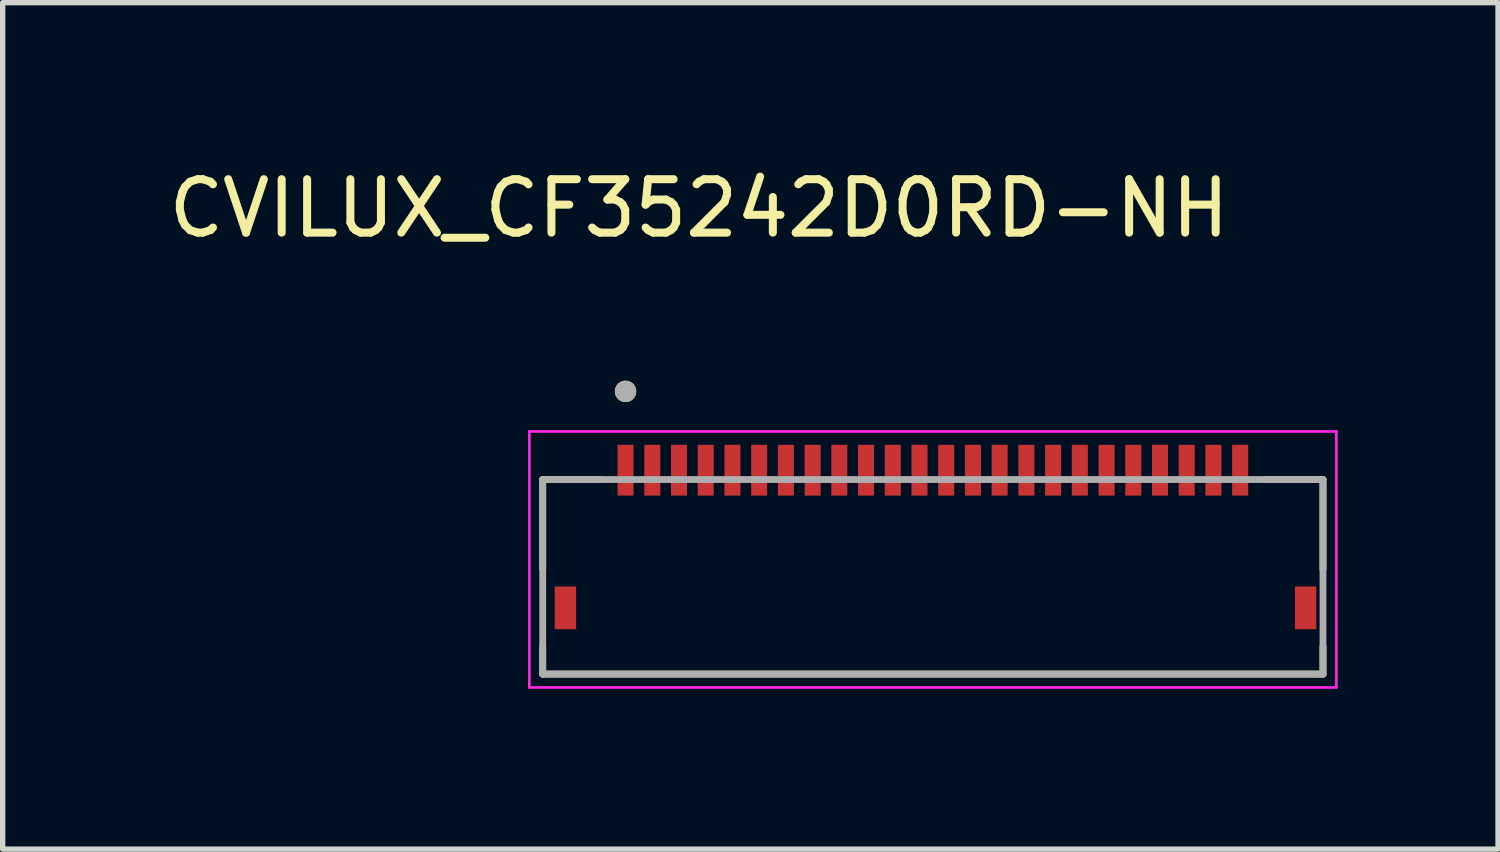
<source format=kicad_pcb>
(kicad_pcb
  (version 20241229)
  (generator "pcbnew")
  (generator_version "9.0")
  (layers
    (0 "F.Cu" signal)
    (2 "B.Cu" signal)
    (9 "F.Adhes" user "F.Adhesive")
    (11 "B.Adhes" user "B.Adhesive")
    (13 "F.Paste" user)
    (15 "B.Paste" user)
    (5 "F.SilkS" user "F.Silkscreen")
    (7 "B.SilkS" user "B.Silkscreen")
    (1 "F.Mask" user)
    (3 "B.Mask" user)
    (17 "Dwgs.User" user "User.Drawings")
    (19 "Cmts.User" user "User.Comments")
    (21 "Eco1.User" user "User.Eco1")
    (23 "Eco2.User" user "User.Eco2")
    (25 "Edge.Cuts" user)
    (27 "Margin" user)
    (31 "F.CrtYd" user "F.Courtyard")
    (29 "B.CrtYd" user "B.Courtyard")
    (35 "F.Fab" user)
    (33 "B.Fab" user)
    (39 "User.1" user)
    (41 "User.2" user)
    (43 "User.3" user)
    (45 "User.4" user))
  (footprint "CVILUX_CF35242D0RD-NH"
    (layer "F.Cu")
    (at 14.405 8.323)
    (property "Reference" "CVILUX_CF35242D0RD-NH" (at -4.375 -7.475 0) (layer "F.SilkS") (effects (font (size 1 1) (thickness 0.15))))
    (attr smd)
    (fp_poly (pts (xy -5.95 -3.1) (xy -5.55 -3.1) (xy -5.55 -2.05) (xy -5.95 -2.05)) (stroke (width 0.01) (type solid)) (fill yes) (layer "F.Mask"))
    (fp_poly (pts (xy -5.45 -3.1) (xy -5.05 -3.1) (xy -5.05 -2.05) (xy -5.45 -2.05)) (stroke (width 0.01) (type solid)) (fill yes) (layer "F.Mask"))
    (fp_poly (pts (xy -4.95 -3.1) (xy -4.55 -3.1) (xy -4.55 -2.05) (xy -4.95 -2.05)) (stroke (width 0.01) (type solid)) (fill yes) (layer "F.Mask"))
    (fp_poly (pts (xy -4.45 -3.1) (xy -4.05 -3.1) (xy -4.05 -2.05) (xy -4.45 -2.05)) (stroke (width 0.01) (type solid)) (fill yes) (layer "F.Mask"))
    (fp_poly (pts (xy -3.95 -3.1) (xy -3.55 -3.1) (xy -3.55 -2.05) (xy -3.95 -2.05)) (stroke (width 0.01) (type solid)) (fill yes) (layer "F.Mask"))
    (fp_poly (pts (xy -3.45 -3.1) (xy -3.05 -3.1) (xy -3.05 -2.05) (xy -3.45 -2.05)) (stroke (width 0.01) (type solid)) (fill yes) (layer "F.Mask"))
    (fp_poly (pts (xy -2.95 -3.1) (xy -2.55 -3.1) (xy -2.55 -2.05) (xy -2.95 -2.05)) (stroke (width 0.01) (type solid)) (fill yes) (layer "F.Mask"))
    (fp_poly (pts (xy -2.45 -3.1) (xy -2.05 -3.1) (xy -2.05 -2.05) (xy -2.45 -2.05)) (stroke (width 0.01) (type solid)) (fill yes) (layer "F.Mask"))
    (fp_poly (pts (xy -1.95 -3.1) (xy -1.55 -3.1) (xy -1.55 -2.05) (xy -1.95 -2.05)) (stroke (width 0.01) (type solid)) (fill yes) (layer "F.Mask"))
    (fp_poly (pts (xy -1.45 -3.1) (xy -1.05 -3.1) (xy -1.05 -2.05) (xy -1.45 -2.05)) (stroke (width 0.01) (type solid)) (fill yes) (layer "F.Mask"))
    (fp_poly (pts (xy -0.95 -3.1) (xy -0.55 -3.1) (xy -0.55 -2.05) (xy -0.95 -2.05)) (stroke (width 0.01) (type solid)) (fill yes) (layer "F.Mask"))
    (fp_poly (pts (xy -0.45 -3.1) (xy -0.05 -3.1) (xy -0.05 -2.05) (xy -0.45 -2.05)) (stroke (width 0.01) (type solid)) (fill yes) (layer "F.Mask"))
    (fp_poly (pts (xy 0.05 -3.1) (xy 0.45 -3.1) (xy 0.45 -2.05) (xy 0.05 -2.05)) (stroke (width 0.01) (type solid)) (fill yes) (layer "F.Mask"))
    (fp_poly (pts (xy 0.55 -3.1) (xy 0.95 -3.1) (xy 0.95 -2.05) (xy 0.55 -2.05)) (stroke (width 0.01) (type solid)) (fill yes) (layer "F.Mask"))
    (fp_poly (pts (xy 1.05 -3.1) (xy 1.45 -3.1) (xy 1.45 -2.05) (xy 1.05 -2.05)) (stroke (width 0.01) (type solid)) (fill yes) (layer "F.Mask"))
    (fp_poly (pts (xy 1.55 -3.1) (xy 1.95 -3.1) (xy 1.95 -2.05) (xy 1.55 -2.05)) (stroke (width 0.01) (type solid)) (fill yes) (layer "F.Mask"))
    (fp_poly (pts (xy 2.05 -3.1) (xy 2.45 -3.1) (xy 2.45 -2.05) (xy 2.05 -2.05)) (stroke (width 0.01) (type solid)) (fill yes) (layer "F.Mask"))
    (fp_poly (pts (xy 2.55 -3.1) (xy 2.95 -3.1) (xy 2.95 -2.05) (xy 2.55 -2.05)) (stroke (width 0.01) (type solid)) (fill yes) (layer "F.Mask"))
    (fp_poly (pts (xy 3.05 -3.1) (xy 3.45 -3.1) (xy 3.45 -2.05) (xy 3.05 -2.05)) (stroke (width 0.01) (type solid)) (fill yes) (layer "F.Mask"))
    (fp_poly (pts (xy 3.55 -3.1) (xy 3.95 -3.1) (xy 3.95 -2.05) (xy 3.55 -2.05)) (stroke (width 0.01) (type solid)) (fill yes) (layer "F.Mask"))
    (fp_poly (pts (xy 4.05 -3.1) (xy 4.45 -3.1) (xy 4.45 -2.05) (xy 4.05 -2.05)) (stroke (width 0.01) (type solid)) (fill yes) (layer "F.Mask"))
    (fp_poly (pts (xy 4.55 -3.1) (xy 4.95 -3.1) (xy 4.95 -2.05) (xy 4.55 -2.05)) (stroke (width 0.01) (type solid)) (fill yes) (layer "F.Mask"))
    (fp_poly (pts (xy 5.05 -3.1) (xy 5.45 -3.1) (xy 5.45 -2.05) (xy 5.05 -2.05)) (stroke (width 0.01) (type solid)) (fill yes) (layer "F.Mask"))
    (fp_poly (pts (xy 5.55 -3.1) (xy 5.95 -3.1) (xy 5.95 -2.05) (xy 5.55 -2.05)) (stroke (width 0.01) (type solid)) (fill yes) (layer "F.Mask"))
    (fp_line (start -7.3 -2.4) (end -7.3 -0.72) (stroke (width 0.127) (type solid)) (layer "F.SilkS"))
    (fp_line (start -7.3 1.24) (end -7.3 0.72) (stroke (width 0.127) (type solid)) (layer "F.SilkS"))
    (fp_line (start -7.3 1.24) (end 7.3 1.24) (stroke (width 0.127) (type solid)) (layer "F.SilkS"))
    (fp_line (start -6.22 -2.4) (end -7.3 -2.4) (stroke (width 0.127) (type solid)) (layer "F.SilkS"))
    (fp_line (start 7.3 -2.4) (end 6.22 -2.4) (stroke (width 0.127) (type solid)) (layer "F.SilkS"))
    (fp_line (start 7.3 -0.72) (end 7.3 -2.4) (stroke (width 0.127) (type solid)) (layer "F.SilkS"))
    (fp_line (start 7.3 1.24) (end 7.3 0.72) (stroke (width 0.127) (type solid)) (layer "F.SilkS"))
    (fp_circle (center -5.75 -4.05) (end -5.65 -4.05) (stroke (width 0.2) (type solid)) (fill no) (layer "F.SilkS"))
    (fp_line (start -7.55 -3.3) (end -7.55 1.49) (stroke (width 0.05) (type solid)) (layer "F.CrtYd"))
    (fp_line (start -7.55 1.49) (end 7.55 1.49) (stroke (width 0.05) (type solid)) (layer "F.CrtYd"))
    (fp_line (start 7.55 -3.3) (end -7.55 -3.3) (stroke (width 0.05) (type solid)) (layer "F.CrtYd"))
    (fp_line (start 7.55 1.49) (end 7.55 -3.3) (stroke (width 0.05) (type solid)) (layer "F.CrtYd"))
    (fp_line (start -7.3 -2.4) (end -7.3 1.24) (stroke (width 0.127) (type solid)) (layer "F.Fab"))
    (fp_line (start -7.3 1.24) (end 7.3 1.24) (stroke (width 0.127) (type solid)) (layer "F.Fab"))
    (fp_line (start 7.3 -2.4) (end -7.3 -2.4) (stroke (width 0.127) (type solid)) (layer "F.Fab"))
    (fp_line (start 7.3 1.24) (end 7.3 -2.4) (stroke (width 0.127) (type solid)) (layer "F.Fab"))
    (fp_circle (center -5.75 -4.05) (end -5.65 -4.05) (stroke (width 0.2) (type solid)) (fill no) (layer "F.Fab"))
    (pad "1" smd rect (at -5.75 -2.575) (size 0.3 0.95) (layers "F.Cu" "F.Paste"))
    (pad "2" smd rect (at -5.25 -2.575) (size 0.3 0.95) (layers "F.Cu" "F.Paste"))
    (pad "3" smd rect (at -4.75 -2.575) (size 0.3 0.95) (layers "F.Cu" "F.Paste"))
    (pad "4" smd rect (at -4.25 -2.575) (size 0.3 0.95) (layers "F.Cu" "F.Paste"))
    (pad "5" smd rect (at -3.75 -2.575) (size 0.3 0.95) (layers "F.Cu" "F.Paste"))
    (pad "6" smd rect (at -3.25 -2.575) (size 0.3 0.95) (layers "F.Cu" "F.Paste"))
    (pad "7" smd rect (at -2.75 -2.575) (size 0.3 0.95) (layers "F.Cu" "F.Paste"))
    (pad "8" smd rect (at -2.25 -2.575) (size 0.3 0.95) (layers "F.Cu" "F.Paste"))
    (pad "9" smd rect (at -1.75 -2.575) (size 0.3 0.95) (layers "F.Cu" "F.Paste"))
    (pad "10" smd rect (at -1.25 -2.575) (size 0.3 0.95) (layers "F.Cu" "F.Paste"))
    (pad "11" smd rect (at -0.75 -2.575) (size 0.3 0.95) (layers "F.Cu" "F.Paste"))
    (pad "12" smd rect (at -0.25 -2.575) (size 0.3 0.95) (layers "F.Cu" "F.Paste"))
    (pad "13" smd rect (at 0.25 -2.575) (size 0.3 0.95) (layers "F.Cu" "F.Paste"))
    (pad "14" smd rect (at 0.75 -2.575) (size 0.3 0.95) (layers "F.Cu" "F.Paste"))
    (pad "15" smd rect (at 1.25 -2.575) (size 0.3 0.95) (layers "F.Cu" "F.Paste"))
    (pad "16" smd rect (at 1.75 -2.575) (size 0.3 0.95) (layers "F.Cu" "F.Paste"))
    (pad "17" smd rect (at 2.25 -2.575) (size 0.3 0.95) (layers "F.Cu" "F.Paste"))
    (pad "18" smd rect (at 2.75 -2.575) (size 0.3 0.95) (layers "F.Cu" "F.Paste"))
    (pad "19" smd rect (at 3.25 -2.575) (size 0.3 0.95) (layers "F.Cu" "F.Paste"))
    (pad "20" smd rect (at 3.75 -2.575) (size 0.3 0.95) (layers "F.Cu" "F.Paste"))
    (pad "21" smd rect (at 4.25 -2.575) (size 0.3 0.95) (layers "F.Cu" "F.Paste"))
    (pad "22" smd rect (at 4.75 -2.575) (size 0.3 0.95) (layers "F.Cu" "F.Paste"))
    (pad "23" smd rect (at 5.25 -2.575) (size 0.3 0.95) (layers "F.Cu" "F.Paste"))
    (pad "24" smd rect (at 5.75 -2.575) (size 0.3 0.95) (layers "F.Cu" "F.Paste"))
    (pad "SH1" smd rect (at -6.875 0) (size 0.4 0.8) (layers "F.Cu" "F.Mask" "F.Paste"))
    (pad "SH2" smd rect (at 6.975 0) (size 0.4 0.8) (layers "F.Cu" "F.Mask" "F.Paste")))
  (gr_rect
    (start -3 -3)
    (end 24.98 12.838)
    (stroke (width 0.1) (type default))
    (fill no)
    (layer "Edge.Cuts")))
</source>
